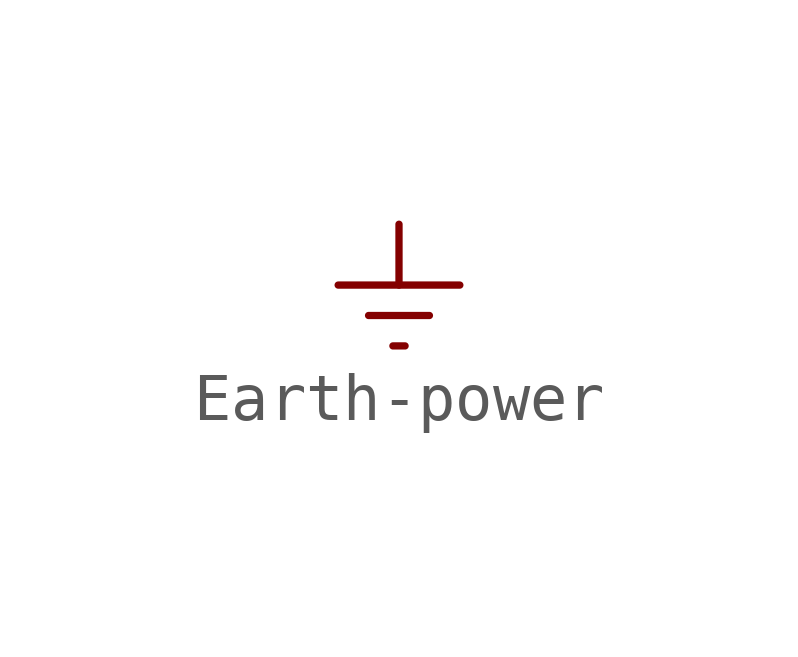
<source format=kicad_sym>
(kicad_symbol_lib
  (version 20231120)
  (generator "kicad_symbol_editor")
  (generator_version "8.0")
  (symbol "Earth-power"
    (power)
    (pin_names
      (offset 0))
    (property "Reference" "#PWR"
      (at 0 -6.35 0)
      (effects (font (size 1.27 1.27)) (hide yes)))
    (symbol "Earth-power_0_1"
      (polyline (pts (xy -0.635 -1.905) (xy 0.635 -1.905)) (stroke (width 0) (type solid)) (fill (type none)))
      (polyline (pts (xy -0.127 -2.54) (xy 0.127 -2.54)) (stroke (width 0) (type solid)) (fill (type none)))
      (polyline (pts (xy 0 -1.27) (xy 0 0)) (stroke (width 0) (type solid)) (fill (type none)))
      (polyline (pts (xy 1.27 -1.27) (xy -1.27 -1.27)) (stroke (width 0) (type solid)) (fill (type none))))
    (symbol "Earth-power_1_1"
      (pin power_in line (at 0 0 270) (length 0) hide (name "Earth" (effects (font (size 1.27 1.27)))) (number "1" (effects (font (size 1.27 1.27))))))))
</source>
